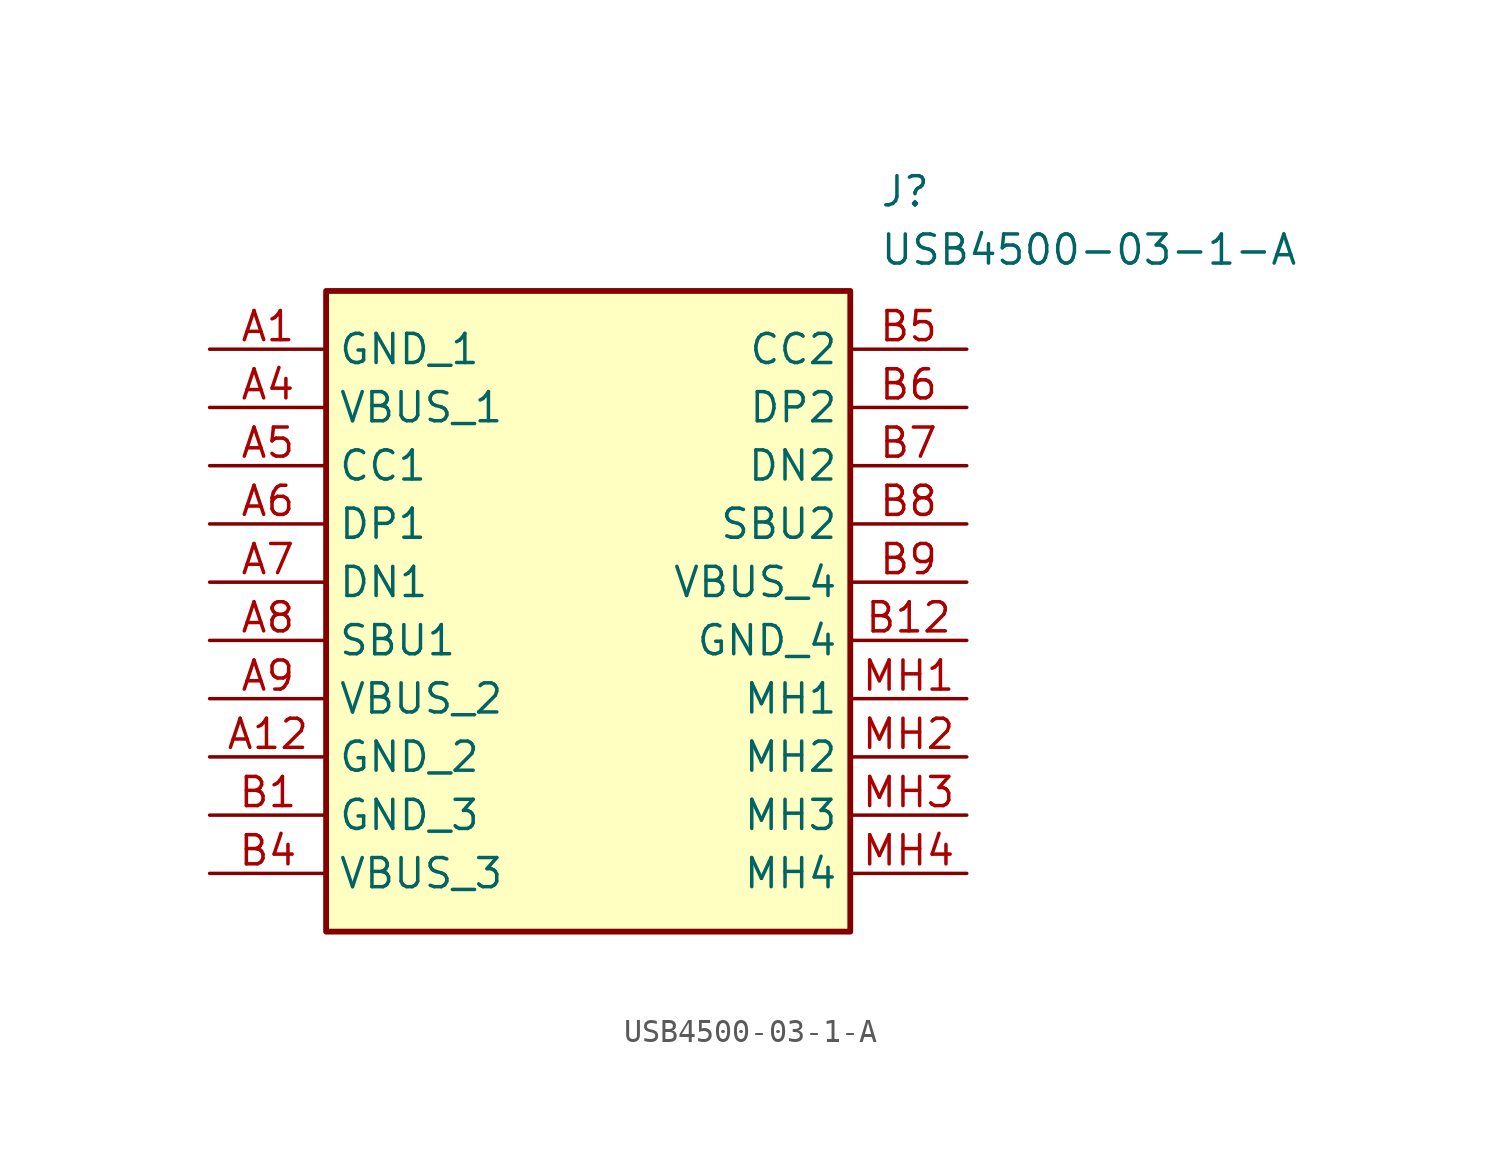
<source format=kicad_sym>
(kicad_symbol_lib
  (version 20211014)
  (generator SamacSys_ECAD_Model)
  (symbol "USB4500-03-1-A"
    (property "Reference" "J"
      (at 29.21 7.62 0)
      (effects (font (size 1.27 1.27)) (justify left top)))
    (property "Value" "USB4500-03-1-A"
      (at 29.21 5.08 0)
      (effects (font (size 1.27 1.27)) (justify left top)))
    (rectangle
      (start 5.08 2.54)
      (end 27.94 -25.4)
      (stroke (width 0.254) (type default))
      (fill (type background)))
    (pin passive line
      (at 0 0 0)
      (length 5.08)
      (name "GND_1" (effects (font (size 1.27 1.27))))
      (number "A1" (effects (font (size 1.27 1.27)))))
    (pin passive line
      (at 0 -2.54 0)
      (length 5.08)
      (name "VBUS_1" (effects (font (size 1.27 1.27))))
      (number "A4" (effects (font (size 1.27 1.27)))))
    (pin passive line
      (at 0 -5.08 0)
      (length 5.08)
      (name "CC1" (effects (font (size 1.27 1.27))))
      (number "A5" (effects (font (size 1.27 1.27)))))
    (pin passive line
      (at 0 -7.62 0)
      (length 5.08)
      (name "DP1" (effects (font (size 1.27 1.27))))
      (number "A6" (effects (font (size 1.27 1.27)))))
    (pin passive line
      (at 0 -10.16 0)
      (length 5.08)
      (name "DN1" (effects (font (size 1.27 1.27))))
      (number "A7" (effects (font (size 1.27 1.27)))))
    (pin passive line
      (at 0 -12.7 0)
      (length 5.08)
      (name "SBU1" (effects (font (size 1.27 1.27))))
      (number "A8" (effects (font (size 1.27 1.27)))))
    (pin passive line
      (at 0 -15.24 0)
      (length 5.08)
      (name "VBUS_2" (effects (font (size 1.27 1.27))))
      (number "A9" (effects (font (size 1.27 1.27)))))
    (pin passive line
      (at 0 -17.78 0)
      (length 5.08)
      (name "GND_2" (effects (font (size 1.27 1.27))))
      (number "A12" (effects (font (size 1.27 1.27)))))
    (pin passive line
      (at 0 -20.32 0)
      (length 5.08)
      (name "GND_3" (effects (font (size 1.27 1.27))))
      (number "B1" (effects (font (size 1.27 1.27)))))
    (pin passive line
      (at 0 -22.86 0)
      (length 5.08)
      (name "VBUS_3" (effects (font (size 1.27 1.27))))
      (number "B4" (effects (font (size 1.27 1.27)))))
    (pin passive line
      (at 33.02 0 180)
      (length 5.08)
      (name "CC2" (effects (font (size 1.27 1.27))))
      (number "B5" (effects (font (size 1.27 1.27)))))
    (pin passive line
      (at 33.02 -2.54 180)
      (length 5.08)
      (name "DP2" (effects (font (size 1.27 1.27))))
      (number "B6" (effects (font (size 1.27 1.27)))))
    (pin passive line
      (at 33.02 -5.08 180)
      (length 5.08)
      (name "DN2" (effects (font (size 1.27 1.27))))
      (number "B7" (effects (font (size 1.27 1.27)))))
    (pin passive line
      (at 33.02 -7.62 180)
      (length 5.08)
      (name "SBU2" (effects (font (size 1.27 1.27))))
      (number "B8" (effects (font (size 1.27 1.27)))))
    (pin passive line
      (at 33.02 -10.16 180)
      (length 5.08)
      (name "VBUS_4" (effects (font (size 1.27 1.27))))
      (number "B9" (effects (font (size 1.27 1.27)))))
    (pin passive line
      (at 33.02 -12.7 180)
      (length 5.08)
      (name "GND_4" (effects (font (size 1.27 1.27))))
      (number "B12" (effects (font (size 1.27 1.27)))))
    (pin passive line
      (at 33.02 -15.24 180)
      (length 5.08)
      (name "MH1" (effects (font (size 1.27 1.27))))
      (number "MH1" (effects (font (size 1.27 1.27)))))
    (pin passive line
      (at 33.02 -17.78 180)
      (length 5.08)
      (name "MH2" (effects (font (size 1.27 1.27))))
      (number "MH2" (effects (font (size 1.27 1.27)))))
    (pin passive line
      (at 33.02 -20.32 180)
      (length 5.08)
      (name "MH3" (effects (font (size 1.27 1.27))))
      (number "MH3" (effects (font (size 1.27 1.27)))))
    (pin passive line
      (at 33.02 -22.86 180)
      (length 5.08)
      (name "MH4" (effects (font (size 1.27 1.27))))
      (number "MH4" (effects (font (size 1.27 1.27)))))))
</source>
